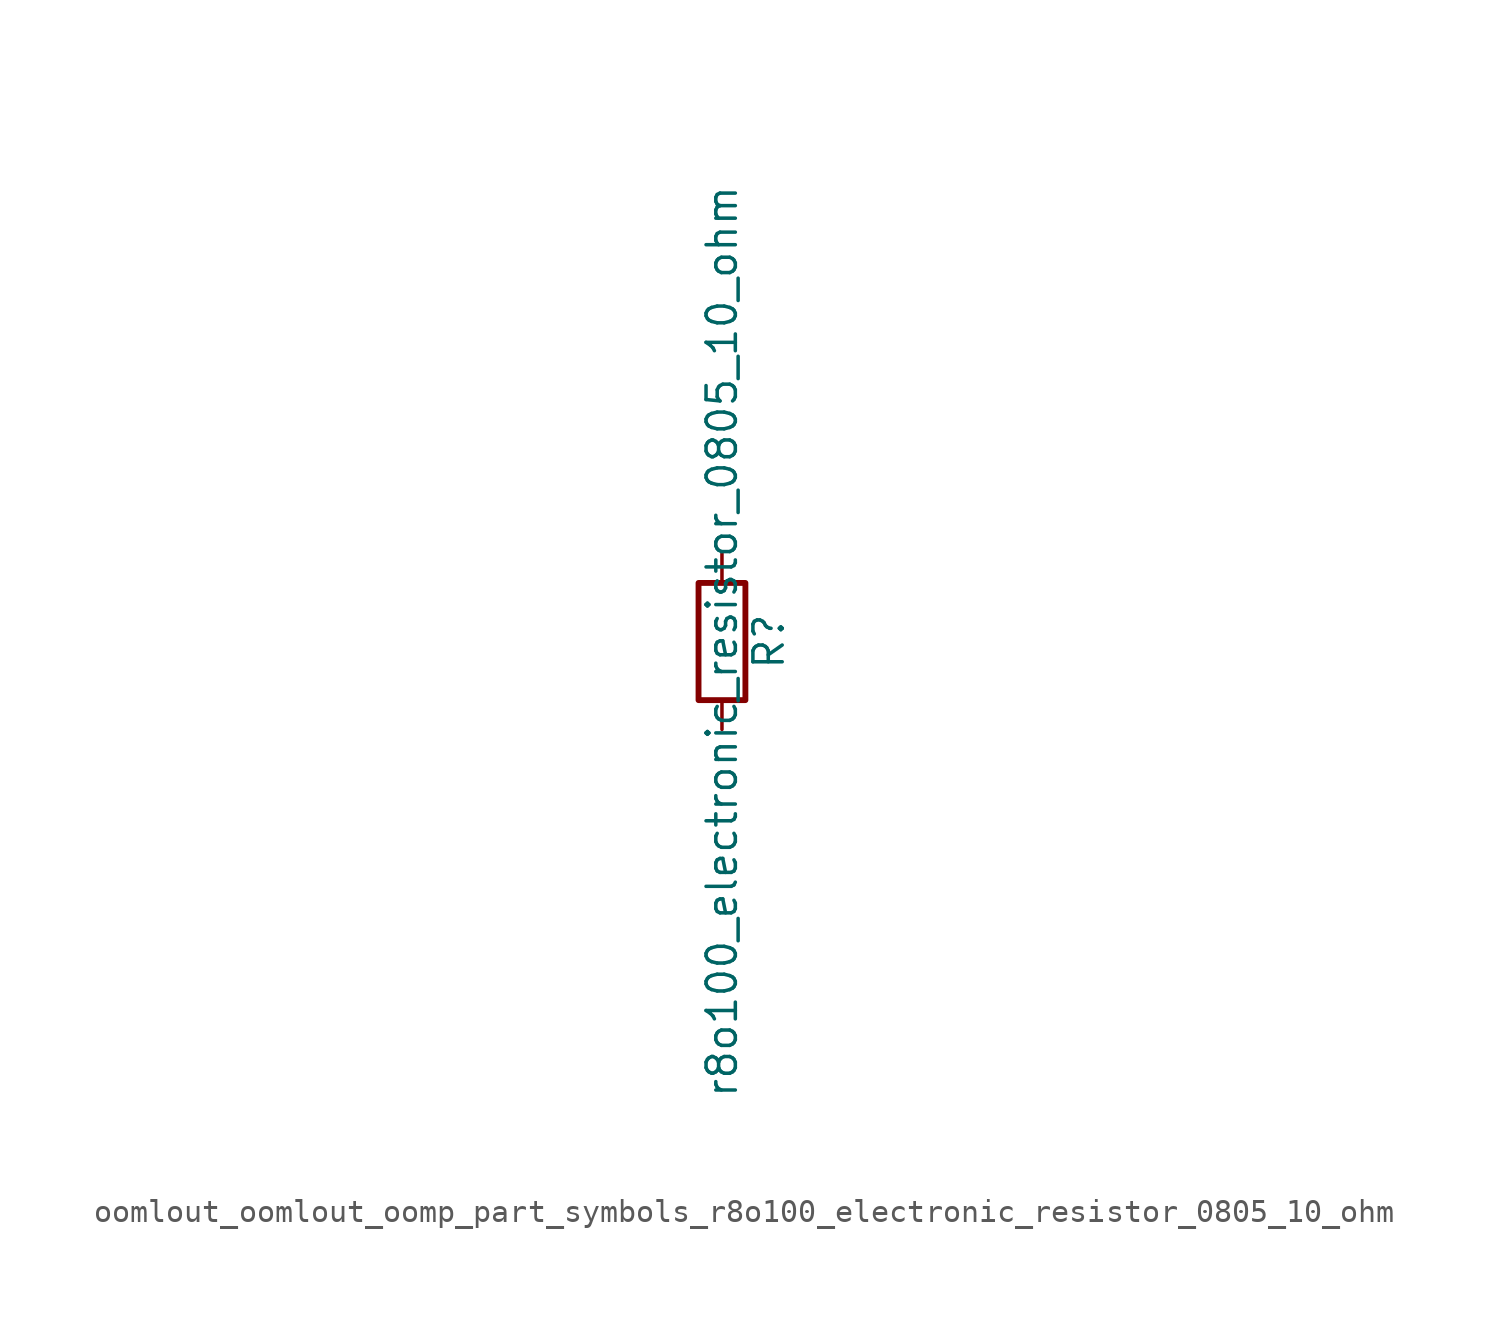
<source format=kicad_sym>
(kicad_symbol_lib
  (version 20220914)
  (generator kicad_symbol_editor)
  (symbol "oomlout_oomlout_oomp_part_symbols_r8o100_electronic_resistor_0805_10_ohm"
    (pin_numbers hide)
    (pin_names
      (offset 0))
    (property "Reference" "R"
      (at 2.032 0 90)
      (effects (font (size 1.27 1.27))))
    (property "Value" "r8o100_electronic_resistor_0805_10_ohm"
      (at 0 0 90)
      (effects (font (size 1.27 1.27))))
    (symbol "oomlout_oomlout_oomp_part_symbols_r8o100_electronic_resistor_0805_10_ohm_0_1"
      (rectangle (start -1.016 -2.54) (end 1.016 2.54) (stroke (width 0.254) (type default)) (fill (type none))))
    (symbol "oomlout_oomlout_oomp_part_symbols_r8o100_electronic_resistor_0805_10_ohm_1_1"
      (pin passive line (at 0 3.81 270) (length 1.27) (name "~" (effects (font (size 1.27 1.27)))) (number "1" (effects (font (size 1.27 1.27)))))
      (pin passive line (at 0 -3.81 90) (length 1.27) (name "~" (effects (font (size 1.27 1.27)))) (number "2" (effects (font (size 1.27 1.27))))))))
</source>
